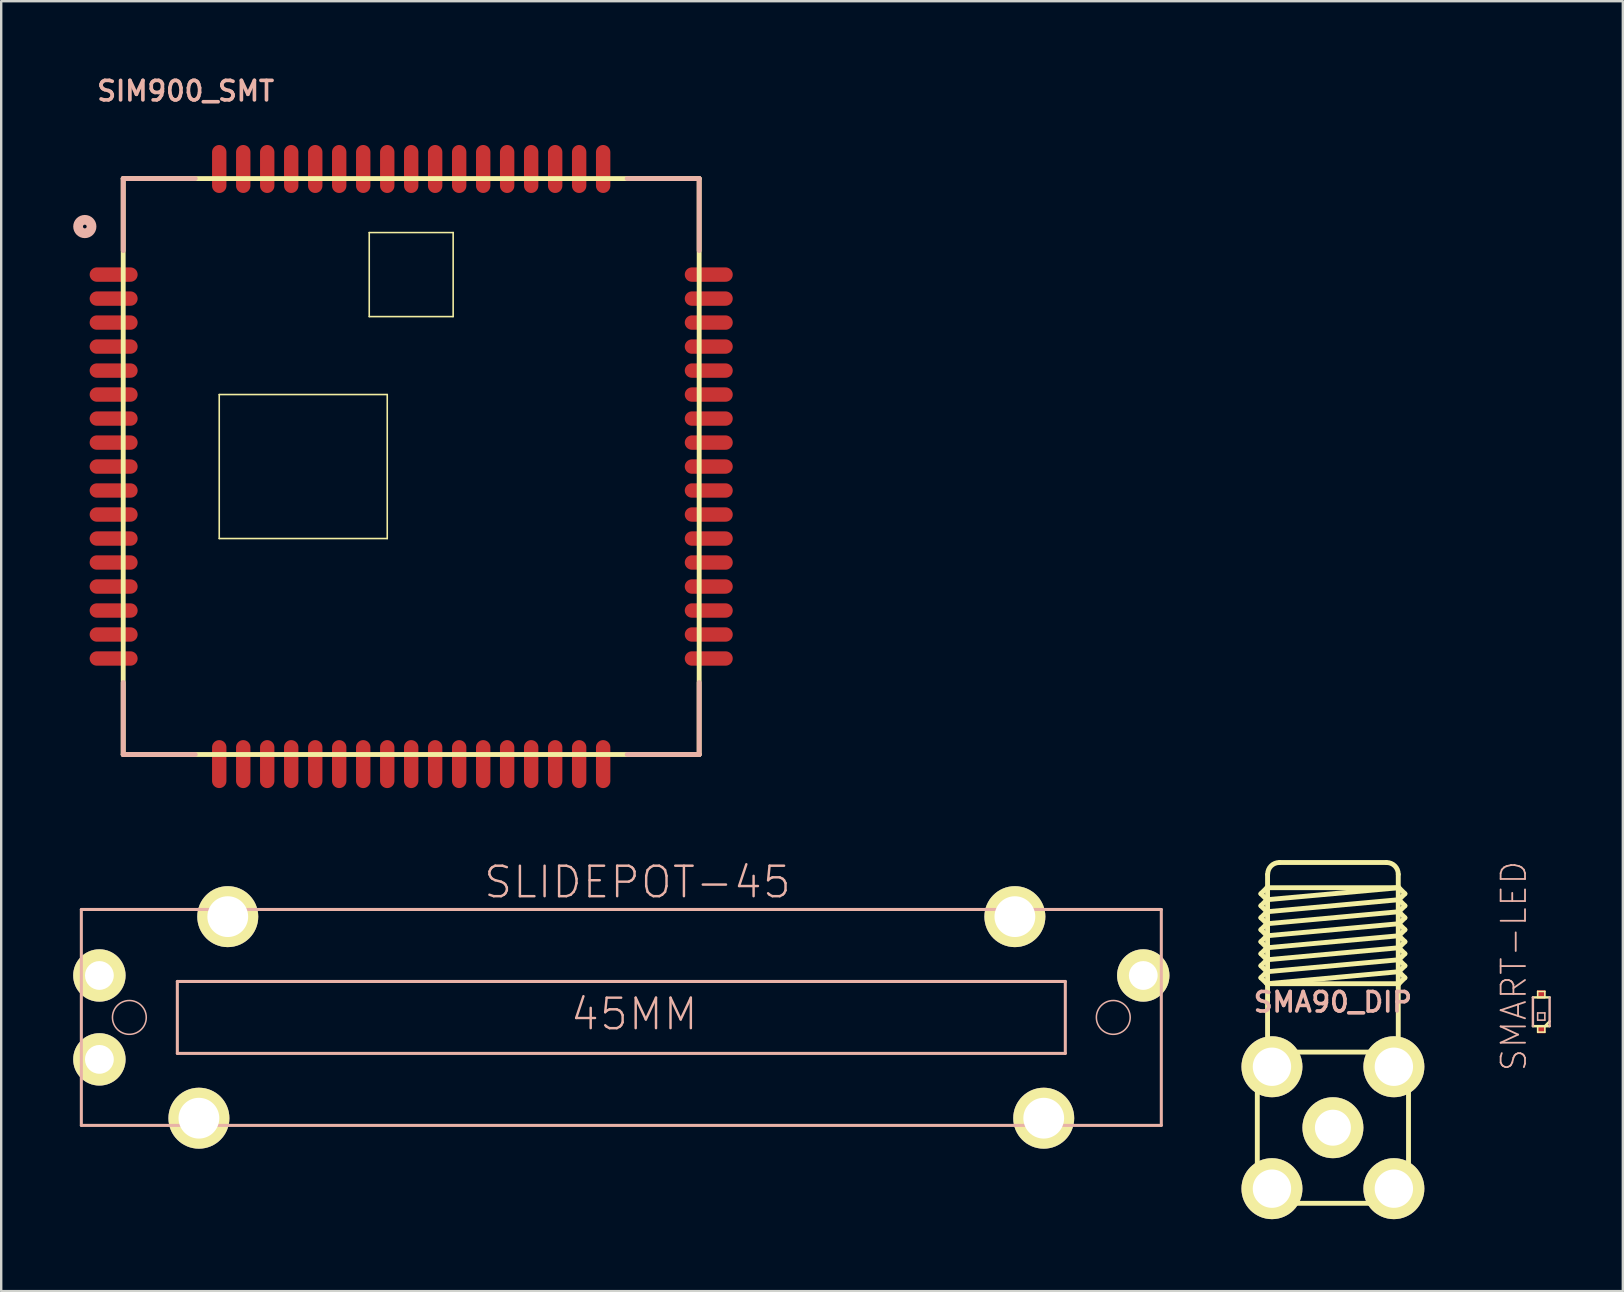
<source format=kicad_pcb>
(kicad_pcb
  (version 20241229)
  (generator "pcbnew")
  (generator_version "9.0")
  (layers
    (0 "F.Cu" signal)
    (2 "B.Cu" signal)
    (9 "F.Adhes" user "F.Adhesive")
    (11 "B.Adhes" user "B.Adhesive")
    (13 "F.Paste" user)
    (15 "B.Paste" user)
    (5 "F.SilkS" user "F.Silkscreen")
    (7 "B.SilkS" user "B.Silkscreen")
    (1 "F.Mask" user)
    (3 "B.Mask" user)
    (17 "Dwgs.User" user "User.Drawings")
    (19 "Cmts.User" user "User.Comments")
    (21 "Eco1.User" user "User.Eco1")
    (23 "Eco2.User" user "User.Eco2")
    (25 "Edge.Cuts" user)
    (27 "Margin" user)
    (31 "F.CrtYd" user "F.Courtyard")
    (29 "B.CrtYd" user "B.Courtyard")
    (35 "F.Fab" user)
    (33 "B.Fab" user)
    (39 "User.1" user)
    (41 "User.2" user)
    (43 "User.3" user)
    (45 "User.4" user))
  (footprint "SMART-LED"
    (layer "F.Cu")
    (at 61.168 39.107)
    (property "Reference" "SMART-LED" (at -1.143 -1.905 90) (layer "B.SilkS") (effects (font (size 1.016 1.016) (thickness 0.076))))
    (attr smd)
    (fp_line (start -0.348 -0.599) (end 0.348 -0.599) (stroke (width 0.102) (type solid)) (layer "F.SilkS"))
    (fp_line (start -0.15 -0.848) (end 0.15 -0.848) (stroke (width 0.066) (type solid)) (layer "F.SilkS"))
    (fp_line (start -0.15 -0.599) (end -0.15 -0.848) (stroke (width 0.066) (type solid)) (layer "F.SilkS"))
    (fp_line (start -0.15 -0.599) (end 0.15 -0.599) (stroke (width 0.066) (type solid)) (layer "F.SilkS"))
    (fp_line (start -0.15 0.599) (end 0.15 0.599) (stroke (width 0.066) (type solid)) (layer "F.SilkS"))
    (fp_line (start -0.15 0.848) (end -0.15 0.599) (stroke (width 0.066) (type solid)) (layer "F.SilkS"))
    (fp_line (start -0.15 0.848) (end 0.15 0.848) (stroke (width 0.066) (type solid)) (layer "F.SilkS"))
    (fp_line (start 0.15 -0.599) (end 0.15 -0.848) (stroke (width 0.066) (type solid)) (layer "F.SilkS"))
    (fp_line (start 0.15 0.848) (end 0.15 0.599) (stroke (width 0.066) (type solid)) (layer "F.SilkS"))
    (fp_line (start 0.348 0.399) (end 0.15 0.599) (stroke (width 0.102) (type solid)) (layer "F.SilkS"))
    (fp_line (start 0.348 0.599) (end -0.348 0.599) (stroke (width 0.102) (type solid)) (layer "F.SilkS"))
    (fp_line (start -0.348 0.599) (end -0.348 -0.599) (stroke (width 0.102) (type solid)) (layer "B.SilkS"))
    (fp_line (start -0.15 0.048) (end 0.15 0.048) (stroke (width 0.066) (type solid)) (layer "B.SilkS"))
    (fp_line (start -0.15 0.348) (end -0.15 0.048) (stroke (width 0.066) (type solid)) (layer "B.SilkS"))
    (fp_line (start -0.15 0.348) (end 0.15 0.348) (stroke (width 0.066) (type solid)) (layer "B.SilkS"))
    (fp_line (start 0.15 0.348) (end 0.15 0.048) (stroke (width 0.066) (type solid)) (layer "B.SilkS"))
    (fp_line (start 0.348 -0.599) (end 0.348 0.599) (stroke (width 0.102) (type solid)) (layer "B.SilkS"))
    (pad "A" smd rect (at 0 -0.724) (size 0.348 0.348) (layers "F.Cu" "F.Mask" "F.Paste"))
    (pad "B" smd rect (at 0 0.724) (size 0.348 0.348) (layers "F.Cu" "F.Mask" "F.Paste")))
  (footprint "SIM900_SMT"
    (layer "F.Cu")
    (at 14.083 16.389)
    (property "Reference" "SIM900_SMT" (at -9.398 -15.646 0) (layer "B.SilkS") (effects (font (size 0.813 0.813) (thickness 0.152))))
    (attr smd)
    (fp_line (start -11.999 -11.999) (end -11.999 11.999) (stroke (width 0.203) (type solid)) (layer "F.SilkS"))
    (fp_line (start -11.999 11.999) (end 11.999 11.999) (stroke (width 0.203) (type solid)) (layer "F.SilkS"))
    (fp_line (start -7.998 -3) (end -0.998 -3) (stroke (width 0.066) (type solid)) (layer "F.SilkS"))
    (fp_line (start -7.998 3) (end -7.998 -3) (stroke (width 0.066) (type solid)) (layer "F.SilkS"))
    (fp_line (start -7.998 3) (end -0.998 3) (stroke (width 0.066) (type solid)) (layer "F.SilkS"))
    (fp_line (start -1.748 -9.749) (end 1.748 -9.749) (stroke (width 0.066) (type solid)) (layer "F.SilkS"))
    (fp_line (start -1.748 -6.248) (end -1.748 -9.749) (stroke (width 0.066) (type solid)) (layer "F.SilkS"))
    (fp_line (start -1.748 -6.248) (end 1.748 -6.248) (stroke (width 0.066) (type solid)) (layer "F.SilkS"))
    (fp_line (start -0.998 3) (end -0.998 -3) (stroke (width 0.066) (type solid)) (layer "F.SilkS"))
    (fp_line (start 1.748 -6.248) (end 1.748 -9.749) (stroke (width 0.066) (type solid)) (layer "F.SilkS"))
    (fp_line (start 11.999 -11.999) (end -11.999 -11.999) (stroke (width 0.203) (type solid)) (layer "F.SilkS"))
    (fp_line (start 11.999 11.999) (end 11.999 -11.999) (stroke (width 0.203) (type solid)) (layer "F.SilkS"))
    (fp_line (start -11.999 -11.999) (end -11.999 -8.999) (stroke (width 0.203) (type solid)) (layer "B.SilkS"))
    (fp_line (start -11.999 8.999) (end -11.999 11.999) (stroke (width 0.203) (type solid)) (layer "B.SilkS"))
    (fp_line (start -11.999 11.999) (end -8.999 11.999) (stroke (width 0.203) (type solid)) (layer "B.SilkS"))
    (fp_line (start -8.999 -11.999) (end -11.999 -11.999) (stroke (width 0.203) (type solid)) (layer "B.SilkS"))
    (fp_line (start 8.999 -11.999) (end 11.999 -11.999) (stroke (width 0.203) (type solid)) (layer "B.SilkS"))
    (fp_line (start 8.999 11.999) (end 11.999 11.999) (stroke (width 0.203) (type solid)) (layer "B.SilkS"))
    (fp_line (start 11.999 -11.999) (end 11.999 -8.999) (stroke (width 0.203) (type solid)) (layer "B.SilkS"))
    (fp_line (start 11.999 11.999) (end 11.999 8.999) (stroke (width 0.203) (type solid)) (layer "B.SilkS"))
    (fp_circle (center -13.599 -10) (end -13.797 -10.198) (stroke (width 0.406) (type solid)) (fill no) (layer "B.SilkS"))
    (pad "P$1" smd oval (at -12.398 -7.998) (size 1.999 0.599) (layers "F.Cu" "F.Mask" "F.Paste"))
    (pad "P$2" smd oval (at -12.398 -6.998) (size 1.999 0.599) (layers "F.Cu" "F.Mask" "F.Paste"))
    (pad "P$3" smd oval (at -12.398 -5.999) (size 1.999 0.599) (layers "F.Cu" "F.Mask" "F.Paste"))
    (pad "P$4" smd oval (at -12.398 -4.999) (size 1.999 0.599) (layers "F.Cu" "F.Mask" "F.Paste"))
    (pad "P$5" smd oval (at -12.398 -3.998) (size 1.999 0.599) (layers "F.Cu" "F.Mask" "F.Paste"))
    (pad "P$6" smd oval (at -12.398 -3) (size 1.999 0.599) (layers "F.Cu" "F.Mask" "F.Paste"))
    (pad "P$7" smd oval (at -12.398 -1.999) (size 1.999 0.599) (layers "F.Cu" "F.Mask" "F.Paste"))
    (pad "P$8" smd oval (at -12.398 -0.998) (size 1.999 0.599) (layers "F.Cu" "F.Mask" "F.Paste"))
    (pad "P$9" smd oval (at -12.398 0) (size 1.999 0.599) (layers "F.Cu" "F.Mask" "F.Paste"))
    (pad "P$10" smd oval (at -12.398 0.998) (size 1.999 0.599) (layers "F.Cu" "F.Mask" "F.Paste"))
    (pad "P$11" smd oval (at -12.398 1.999) (size 1.999 0.599) (layers "F.Cu" "F.Mask" "F.Paste"))
    (pad "P$12" smd oval (at -12.398 3) (size 1.999 0.599) (layers "F.Cu" "F.Mask" "F.Paste"))
    (pad "P$13" smd oval (at -12.398 3.998) (size 1.999 0.599) (layers "F.Cu" "F.Mask" "F.Paste"))
    (pad "P$14" smd oval (at -12.398 4.999) (size 1.999 0.599) (layers "F.Cu" "F.Mask" "F.Paste"))
    (pad "P$15" smd oval (at -12.398 5.999) (size 1.999 0.599) (layers "F.Cu" "F.Mask" "F.Paste"))
    (pad "P$16" smd oval (at -12.398 6.998) (size 1.999 0.599) (layers "F.Cu" "F.Mask" "F.Paste"))
    (pad "P$17" smd oval (at -12.398 7.998) (size 1.999 0.599) (layers "F.Cu" "F.Mask" "F.Paste"))
    (pad "P$18" smd oval (at -7.998 12.398 90) (size 1.999 0.599) (layers "F.Cu" "F.Mask" "F.Paste"))
    (pad "P$19" smd oval (at -6.998 12.398 90) (size 1.999 0.599) (layers "F.Cu" "F.Mask" "F.Paste"))
    (pad "P$20" smd oval (at -5.999 12.398 90) (size 1.999 0.599) (layers "F.Cu" "F.Mask" "F.Paste"))
    (pad "P$21" smd oval (at -4.999 12.398 90) (size 1.999 0.599) (layers "F.Cu" "F.Mask" "F.Paste"))
    (pad "P$22" smd oval (at -3.998 12.398 90) (size 1.999 0.599) (layers "F.Cu" "F.Mask" "F.Paste"))
    (pad "P$23" smd oval (at -3 12.398 90) (size 1.999 0.599) (layers "F.Cu" "F.Mask" "F.Paste"))
    (pad "P$24" smd oval (at -1.999 12.398 90) (size 1.999 0.599) (layers "F.Cu" "F.Mask" "F.Paste"))
    (pad "P$25" smd oval (at -0.998 12.398 90) (size 1.999 0.599) (layers "F.Cu" "F.Mask" "F.Paste"))
    (pad "P$26" smd oval (at 0 12.398 90) (size 1.999 0.599) (layers "F.Cu" "F.Mask" "F.Paste"))
    (pad "P$27" smd oval (at 0.998 12.398 90) (size 1.999 0.599) (layers "F.Cu" "F.Mask" "F.Paste"))
    (pad "P$28" smd oval (at 1.999 12.398 90) (size 1.999 0.599) (layers "F.Cu" "F.Mask" "F.Paste"))
    (pad "P$29" smd oval (at 3 12.398 90) (size 1.999 0.599) (layers "F.Cu" "F.Mask" "F.Paste"))
    (pad "P$30" smd oval (at 3.998 12.398 90) (size 1.999 0.599) (layers "F.Cu" "F.Mask" "F.Paste"))
    (pad "P$31" smd oval (at 4.999 12.398 90) (size 1.999 0.599) (layers "F.Cu" "F.Mask" "F.Paste"))
    (pad "P$32" smd oval (at 5.999 12.398 90) (size 1.999 0.599) (layers "F.Cu" "F.Mask" "F.Paste"))
    (pad "P$33" smd oval (at 6.998 12.398 90) (size 1.999 0.599) (layers "F.Cu" "F.Mask" "F.Paste"))
    (pad "P$34" smd oval (at 7.998 12.398 90) (size 1.999 0.599) (layers "F.Cu" "F.Mask" "F.Paste"))
    (pad "P$35" smd oval (at 12.398 7.998 180) (size 1.999 0.599) (layers "F.Cu" "F.Mask" "F.Paste"))
    (pad "P$36" smd oval (at 12.398 6.998 180) (size 1.999 0.599) (layers "F.Cu" "F.Mask" "F.Paste"))
    (pad "P$37" smd oval (at 12.398 5.999 180) (size 1.999 0.599) (layers "F.Cu" "F.Mask" "F.Paste"))
    (pad "P$38" smd oval (at 12.398 4.999 180) (size 1.999 0.599) (layers "F.Cu" "F.Mask" "F.Paste"))
    (pad "P$39" smd oval (at 12.398 3.998 180) (size 1.999 0.599) (layers "F.Cu" "F.Mask" "F.Paste"))
    (pad "P$40" smd oval (at 12.398 3 180) (size 1.999 0.599) (layers "F.Cu" "F.Mask" "F.Paste"))
    (pad "P$41" smd oval (at 12.398 1.999 180) (size 1.999 0.599) (layers "F.Cu" "F.Mask" "F.Paste"))
    (pad "P$42" smd oval (at 12.398 0.998 180) (size 1.999 0.599) (layers "F.Cu" "F.Mask" "F.Paste"))
    (pad "P$43" smd oval (at 12.398 0 180) (size 1.999 0.599) (layers "F.Cu" "F.Mask" "F.Paste"))
    (pad "P$44" smd oval (at 12.398 -0.998 180) (size 1.999 0.599) (layers "F.Cu" "F.Mask" "F.Paste"))
    (pad "P$45" smd oval (at 12.398 -1.999 180) (size 1.999 0.599) (layers "F.Cu" "F.Mask" "F.Paste"))
    (pad "P$46" smd oval (at 12.398 -3 180) (size 1.999 0.599) (layers "F.Cu" "F.Mask" "F.Paste"))
    (pad "P$47" smd oval (at 12.398 -3.998 180) (size 1.999 0.599) (layers "F.Cu" "F.Mask" "F.Paste"))
    (pad "P$48" smd oval (at 12.398 -4.999 180) (size 1.999 0.599) (layers "F.Cu" "F.Mask" "F.Paste"))
    (pad "P$49" smd oval (at 12.398 -5.999 180) (size 1.999 0.599) (layers "F.Cu" "F.Mask" "F.Paste"))
    (pad "P$50" smd oval (at 12.398 -6.998 180) (size 1.999 0.599) (layers "F.Cu" "F.Mask" "F.Paste"))
    (pad "P$51" smd oval (at 12.398 -7.998 180) (size 1.999 0.599) (layers "F.Cu" "F.Mask" "F.Paste"))
    (pad "P$52" smd oval (at 7.998 -12.398 270) (size 1.999 0.599) (layers "F.Cu" "F.Mask" "F.Paste"))
    (pad "P$53" smd oval (at 6.998 -12.398 270) (size 1.999 0.599) (layers "F.Cu" "F.Mask" "F.Paste"))
    (pad "P$54" smd oval (at 5.999 -12.398 270) (size 1.999 0.599) (layers "F.Cu" "F.Mask" "F.Paste"))
    (pad "P$55" smd oval (at 4.999 -12.398 270) (size 1.999 0.599) (layers "F.Cu" "F.Mask" "F.Paste"))
    (pad "P$56" smd oval (at 3.998 -12.398 270) (size 1.999 0.599) (layers "F.Cu" "F.Mask" "F.Paste"))
    (pad "P$57" smd oval (at 3 -12.398 270) (size 1.999 0.599) (layers "F.Cu" "F.Mask" "F.Paste"))
    (pad "P$58" smd oval (at 1.999 -12.398 270) (size 1.999 0.599) (layers "F.Cu" "F.Mask" "F.Paste"))
    (pad "P$59" smd oval (at 0.998 -12.398 270) (size 1.999 0.599) (layers "F.Cu" "F.Mask" "F.Paste"))
    (pad "P$60" smd oval (at 0 -12.398 270) (size 1.999 0.599) (layers "F.Cu" "F.Mask" "F.Paste"))
    (pad "P$61" smd oval (at -0.998 -12.398 270) (size 1.999 0.599) (layers "F.Cu" "F.Mask" "F.Paste"))
    (pad "P$62" smd oval (at -1.999 -12.398 270) (size 1.999 0.599) (layers "F.Cu" "F.Mask" "F.Paste"))
    (pad "P$63" smd oval (at -3 -12.398 270) (size 1.999 0.599) (layers "F.Cu" "F.Mask" "F.Paste"))
    (pad "P$64" smd oval (at -3.998 -12.398 270) (size 1.999 0.599) (layers "F.Cu" "F.Mask" "F.Paste"))
    (pad "P$65" smd oval (at -4.999 -12.398 270) (size 1.999 0.599) (layers "F.Cu" "F.Mask" "F.Paste"))
    (pad "P$66" smd oval (at -5.999 -12.398 270) (size 1.999 0.599) (layers "F.Cu" "F.Mask" "F.Paste"))
    (pad "P$67" smd oval (at -6.998 -12.398 270) (size 1.999 0.599) (layers "F.Cu" "F.Mask" "F.Paste"))
    (pad "P$68" smd oval (at -7.998 -12.398 270) (size 1.999 0.599) (layers "F.Cu" "F.Mask" "F.Paste")))
  (footprint "SLIDEPOT-45"
    (layer "F.Cu")
    (at 22.838 39.342)
    (property "Reference" "SLIDEPOT-45" (at 0.673 -5.634 0) (layer "B.SilkS") (effects (font (size 1.27 1.27) (thickness 0.102))))
    (attr exclude_from_pos_files exclude_from_bom)
    (fp_line (start -22.499 -4.498) (end 22.499 -4.498) (stroke (width 0.127) (type solid)) (layer "B.SilkS"))
    (fp_line (start -22.499 4.498) (end -22.499 -4.498) (stroke (width 0.127) (type solid)) (layer "B.SilkS"))
    (fp_line (start -18.499 -1.499) (end 18.499 -1.499) (stroke (width 0.127) (type solid)) (layer "B.SilkS"))
    (fp_line (start -18.499 1.499) (end -18.499 -1.499) (stroke (width 0.127) (type solid)) (layer "B.SilkS"))
    (fp_line (start 18.499 -1.499) (end 18.499 1.499) (stroke (width 0.127) (type solid)) (layer "B.SilkS"))
    (fp_line (start 18.499 1.499) (end -18.499 1.499) (stroke (width 0.127) (type solid)) (layer "B.SilkS"))
    (fp_line (start 22.499 -4.498) (end 22.499 4.498) (stroke (width 0.127) (type solid)) (layer "B.SilkS"))
    (fp_line (start 22.499 4.498) (end -22.499 4.498) (stroke (width 0.127) (type solid)) (layer "B.SilkS"))
    (fp_circle (center -20.498 0) (end -20.996 0.498) (stroke (width 0.064) (type solid)) (fill no) (layer "B.SilkS"))
    (fp_circle (center 20.498 0) (end 20.996 0.498) (stroke (width 0.064) (type solid)) (fill no) (layer "B.SilkS"))
    (fp_text user "45MM" (at 0.538 -0.135 0) (layer "B.SilkS") (effects (font (size 1.27 1.27) (thickness 0.102))))
    (pad "A" thru_hole circle (at -21.747 -1.748) (size 2.182 2.182) (drill 1.199) (layers "*.Cu" "F.Mask" "F.SilkS" "F.Paste"))
    (pad "B" thru_hole circle (at -21.747 1.748) (size 2.182 2.182) (drill 1.199) (layers "*.Cu" "F.Mask" "F.SilkS" "F.Paste"))
    (pad "C" thru_hole circle (at 21.747 -1.748) (size 2.182 2.182) (drill 1.199) (layers "*.Cu" "F.Mask" "F.SilkS" "F.Paste"))
    (pad "P$1" thru_hole circle (at -16.398 -4.199) (size 2.54 2.54) (drill 1.699) (layers "*.Cu" "F.Mask" "F.SilkS" "F.Paste"))
    (pad "P$2" thru_hole circle (at 16.398 -4.199) (size 2.54 2.54) (drill 1.699) (layers "*.Cu" "F.Mask" "F.SilkS" "F.Paste"))
    (pad "P$3" thru_hole circle (at -17.6 4.199) (size 2.54 2.54) (drill 1.699) (layers "*.Cu" "F.Mask" "F.SilkS" "F.Paste"))
    (pad "P$4" thru_hole circle (at 17.6 4.199) (size 2.54 2.54) (drill 1.699) (layers "*.Cu" "F.Mask" "F.SilkS" "F.Paste")))
  (footprint "SMA90_DIP"
    (layer "F.Cu")
    (at 52.487 43.937)
    (property "Reference" "SMA90_DIP" (at 0 -5.232 0) (layer "B.SilkS") (effects (font (size 0.813 0.813) (thickness 0.152))))
    (attr exclude_from_pos_files exclude_from_bom)
    (fp_line (start -3.15 2.52) (end -3.15 -2.52) (stroke (width 0.203) (type solid)) (layer "F.SilkS"))
    (fp_line (start -3 -9.749) (end -2.748 -9.5) (stroke (width 0.203) (type solid)) (layer "F.SilkS"))
    (fp_line (start -3 -9.248) (end -2.748 -8.999) (stroke (width 0.203) (type solid)) (layer "F.SilkS"))
    (fp_line (start -3 -8.748) (end -2.748 -8.499) (stroke (width 0.203) (type solid)) (layer "F.SilkS"))
    (fp_line (start -3 -8.25) (end -2.748 -7.998) (stroke (width 0.203) (type solid)) (layer "F.SilkS"))
    (fp_line (start -3 -7.75) (end -2.748 -7.498) (stroke (width 0.203) (type solid)) (layer "F.SilkS"))
    (fp_line (start -3 -7.249) (end -2.748 -6.998) (stroke (width 0.203) (type solid)) (layer "F.SilkS"))
    (fp_line (start -3 -6.749) (end -2.748 -6.5) (stroke (width 0.203) (type solid)) (layer "F.SilkS"))
    (fp_line (start -3 -6.248) (end -2.748 -5.999) (stroke (width 0.203) (type solid)) (layer "F.SilkS"))
    (fp_line (start -2.748 -10) (end -3 -9.749) (stroke (width 0.203) (type solid)) (layer "F.SilkS"))
    (fp_line (start -2.748 -10) (end 2.748 -10) (stroke (width 0.203) (type solid)) (layer "F.SilkS"))
    (fp_line (start -2.748 -9.5) (end -3 -9.248) (stroke (width 0.203) (type solid)) (layer "F.SilkS"))
    (fp_line (start -2.748 -9.5) (end 2.748 -10) (stroke (width 0.203) (type solid)) (layer "F.SilkS"))
    (fp_line (start -2.748 -8.999) (end -3 -8.748) (stroke (width 0.203) (type solid)) (layer "F.SilkS"))
    (fp_line (start -2.748 -8.999) (end 2.748 -9.5) (stroke (width 0.203) (type solid)) (layer "F.SilkS"))
    (fp_line (start -2.748 -8.499) (end -3 -8.25) (stroke (width 0.203) (type solid)) (layer "F.SilkS"))
    (fp_line (start -2.748 -8.499) (end 2.748 -8.999) (stroke (width 0.203) (type solid)) (layer "F.SilkS"))
    (fp_line (start -2.748 -7.998) (end -3 -7.75) (stroke (width 0.203) (type solid)) (layer "F.SilkS"))
    (fp_line (start -2.748 -7.998) (end 2.748 -8.499) (stroke (width 0.203) (type solid)) (layer "F.SilkS"))
    (fp_line (start -2.748 -7.498) (end -3 -7.249) (stroke (width 0.203) (type solid)) (layer "F.SilkS"))
    (fp_line (start -2.748 -7.498) (end 2.748 -7.998) (stroke (width 0.203) (type solid)) (layer "F.SilkS"))
    (fp_line (start -2.748 -6.998) (end -3 -6.749) (stroke (width 0.203) (type solid)) (layer "F.SilkS"))
    (fp_line (start -2.748 -6.998) (end 2.748 -7.498) (stroke (width 0.203) (type solid)) (layer "F.SilkS"))
    (fp_line (start -2.748 -6.5) (end -3 -6.248) (stroke (width 0.203) (type solid)) (layer "F.SilkS"))
    (fp_line (start -2.748 -6.5) (end 2.748 -6.998) (stroke (width 0.203) (type solid)) (layer "F.SilkS"))
    (fp_line (start -2.748 -5.999) (end 2.748 -6.5) (stroke (width 0.203) (type solid)) (layer "F.SilkS"))
    (fp_line (start -2.748 -5.999) (end 2.748 -5.999) (stroke (width 0.203) (type solid)) (layer "F.SilkS"))
    (fp_line (start -2.723 -10.549) (end -2.723 -3.15) (stroke (width 0.203) (type solid)) (layer "F.SilkS"))
    (fp_line (start -2.52 -3.15) (end 2.52 -3.15) (stroke (width 0.203) (type solid)) (layer "F.SilkS"))
    (fp_line (start -2.223 -11.049) (end 2.223 -11.049) (stroke (width 0.203) (type solid)) (layer "F.SilkS"))
    (fp_line (start 2.52 3.15) (end -2.52 3.15) (stroke (width 0.203) (type solid)) (layer "F.SilkS"))
    (fp_line (start 2.723 -10.549) (end 2.723 -3.15) (stroke (width 0.203) (type solid)) (layer "F.SilkS"))
    (fp_line (start 2.748 -10) (end 3 -9.749) (stroke (width 0.203) (type solid)) (layer "F.SilkS"))
    (fp_line (start 2.748 -9.5) (end 3 -9.248) (stroke (width 0.203) (type solid)) (layer "F.SilkS"))
    (fp_line (start 2.748 -8.999) (end 3 -8.748) (stroke (width 0.203) (type solid)) (layer "F.SilkS"))
    (fp_line (start 2.748 -8.499) (end 3 -8.25) (stroke (width 0.203) (type solid)) (layer "F.SilkS"))
    (fp_line (start 2.748 -7.998) (end 3 -7.75) (stroke (width 0.203) (type solid)) (layer "F.SilkS"))
    (fp_line (start 2.748 -7.498) (end 3 -7.249) (stroke (width 0.203) (type solid)) (layer "F.SilkS"))
    (fp_line (start 2.748 -6.998) (end 3 -6.749) (stroke (width 0.203) (type solid)) (layer "F.SilkS"))
    (fp_line (start 2.748 -6.5) (end 3 -6.248) (stroke (width 0.203) (type solid)) (layer "F.SilkS"))
    (fp_line (start 3 -9.749) (end 2.748 -9.5) (stroke (width 0.203) (type solid)) (layer "F.SilkS"))
    (fp_line (start 3 -9.248) (end 2.748 -8.999) (stroke (width 0.203) (type solid)) (layer "F.SilkS"))
    (fp_line (start 3 -8.748) (end 2.748 -8.499) (stroke (width 0.203) (type solid)) (layer "F.SilkS"))
    (fp_line (start 3 -8.25) (end 2.748 -7.998) (stroke (width 0.203) (type solid)) (layer "F.SilkS"))
    (fp_line (start 3 -7.75) (end 2.748 -7.498) (stroke (width 0.203) (type solid)) (layer "F.SilkS"))
    (fp_line (start 3 -7.249) (end 2.748 -6.998) (stroke (width 0.203) (type solid)) (layer "F.SilkS"))
    (fp_line (start 3 -6.749) (end 2.748 -6.5) (stroke (width 0.203) (type solid)) (layer "F.SilkS"))
    (fp_line (start 3 -6.248) (end 2.748 -5.999) (stroke (width 0.203) (type solid)) (layer "F.SilkS"))
    (fp_line (start 3.15 -2.52) (end 3.15 2.52) (stroke (width 0.203) (type solid)) (layer "F.SilkS"))
    (fp_arc (start -3.1496 -2.51968) (mid -2.965101 -2.965101) (end -2.51968 -3.1496) (stroke (width 0.2032) (type solid)) (layer "F.SilkS"))
    (fp_arc (start -2.7178 -10.56386) (mid -2.575706 -10.906906) (end -2.23266 -11.049) (stroke (width 0.2032) (type solid)) (layer "F.SilkS"))
    (fp_arc (start -2.51968 3.1496) (mid -2.965101 2.965101) (end -3.1496 2.51968) (stroke (width 0.2032) (type solid)) (layer "F.SilkS"))
    (fp_arc (start 2.23774 -11.049) (mid 2.580786 -10.906906) (end 2.72288 -10.56386) (stroke (width 0.2032) (type solid)) (layer "F.SilkS"))
    (fp_arc (start 2.51968 -3.1496) (mid 2.965101 -2.965101) (end 3.1496 -2.51968) (stroke (width 0.2032) (type solid)) (layer "F.SilkS"))
    (fp_arc (start 3.1496 2.51968) (mid 2.965101 2.965101) (end 2.51968 3.1496) (stroke (width 0.2032) (type solid)) (layer "F.SilkS"))
    (pad "ANTE" thru_hole circle (at 0 0) (size 2.54 2.54) (drill 1.499) (layers "*.Cu" "F.Mask" "F.SilkS" "F.Paste"))
    (pad "GND1" thru_hole circle (at -2.54 -2.54) (size 2.54 2.54) (drill 1.598) (layers "*.Cu" "F.Mask" "F.SilkS" "F.Paste"))
    (pad "GND2" thru_hole circle (at 2.54 -2.54) (size 2.54 2.54) (drill 1.598) (layers "*.Cu" "F.Mask" "F.SilkS" "F.Paste"))
    (pad "GND3" thru_hole circle (at -2.54 2.54) (size 2.54 2.54) (drill 1.598) (layers "*.Cu" "F.Mask" "F.SilkS" "F.Paste"))
    (pad "GND4" thru_hole circle (at 2.54 2.54) (size 2.54 2.54) (drill 1.598) (layers "*.Cu" "F.Mask" "F.SilkS" "F.Paste")))
  (gr_rect
    (start -3 -3)
    (end 64.567 50.747)
    (stroke (width 0.1) (type default))
    (fill no)
    (layer "Edge.Cuts")))
</source>
